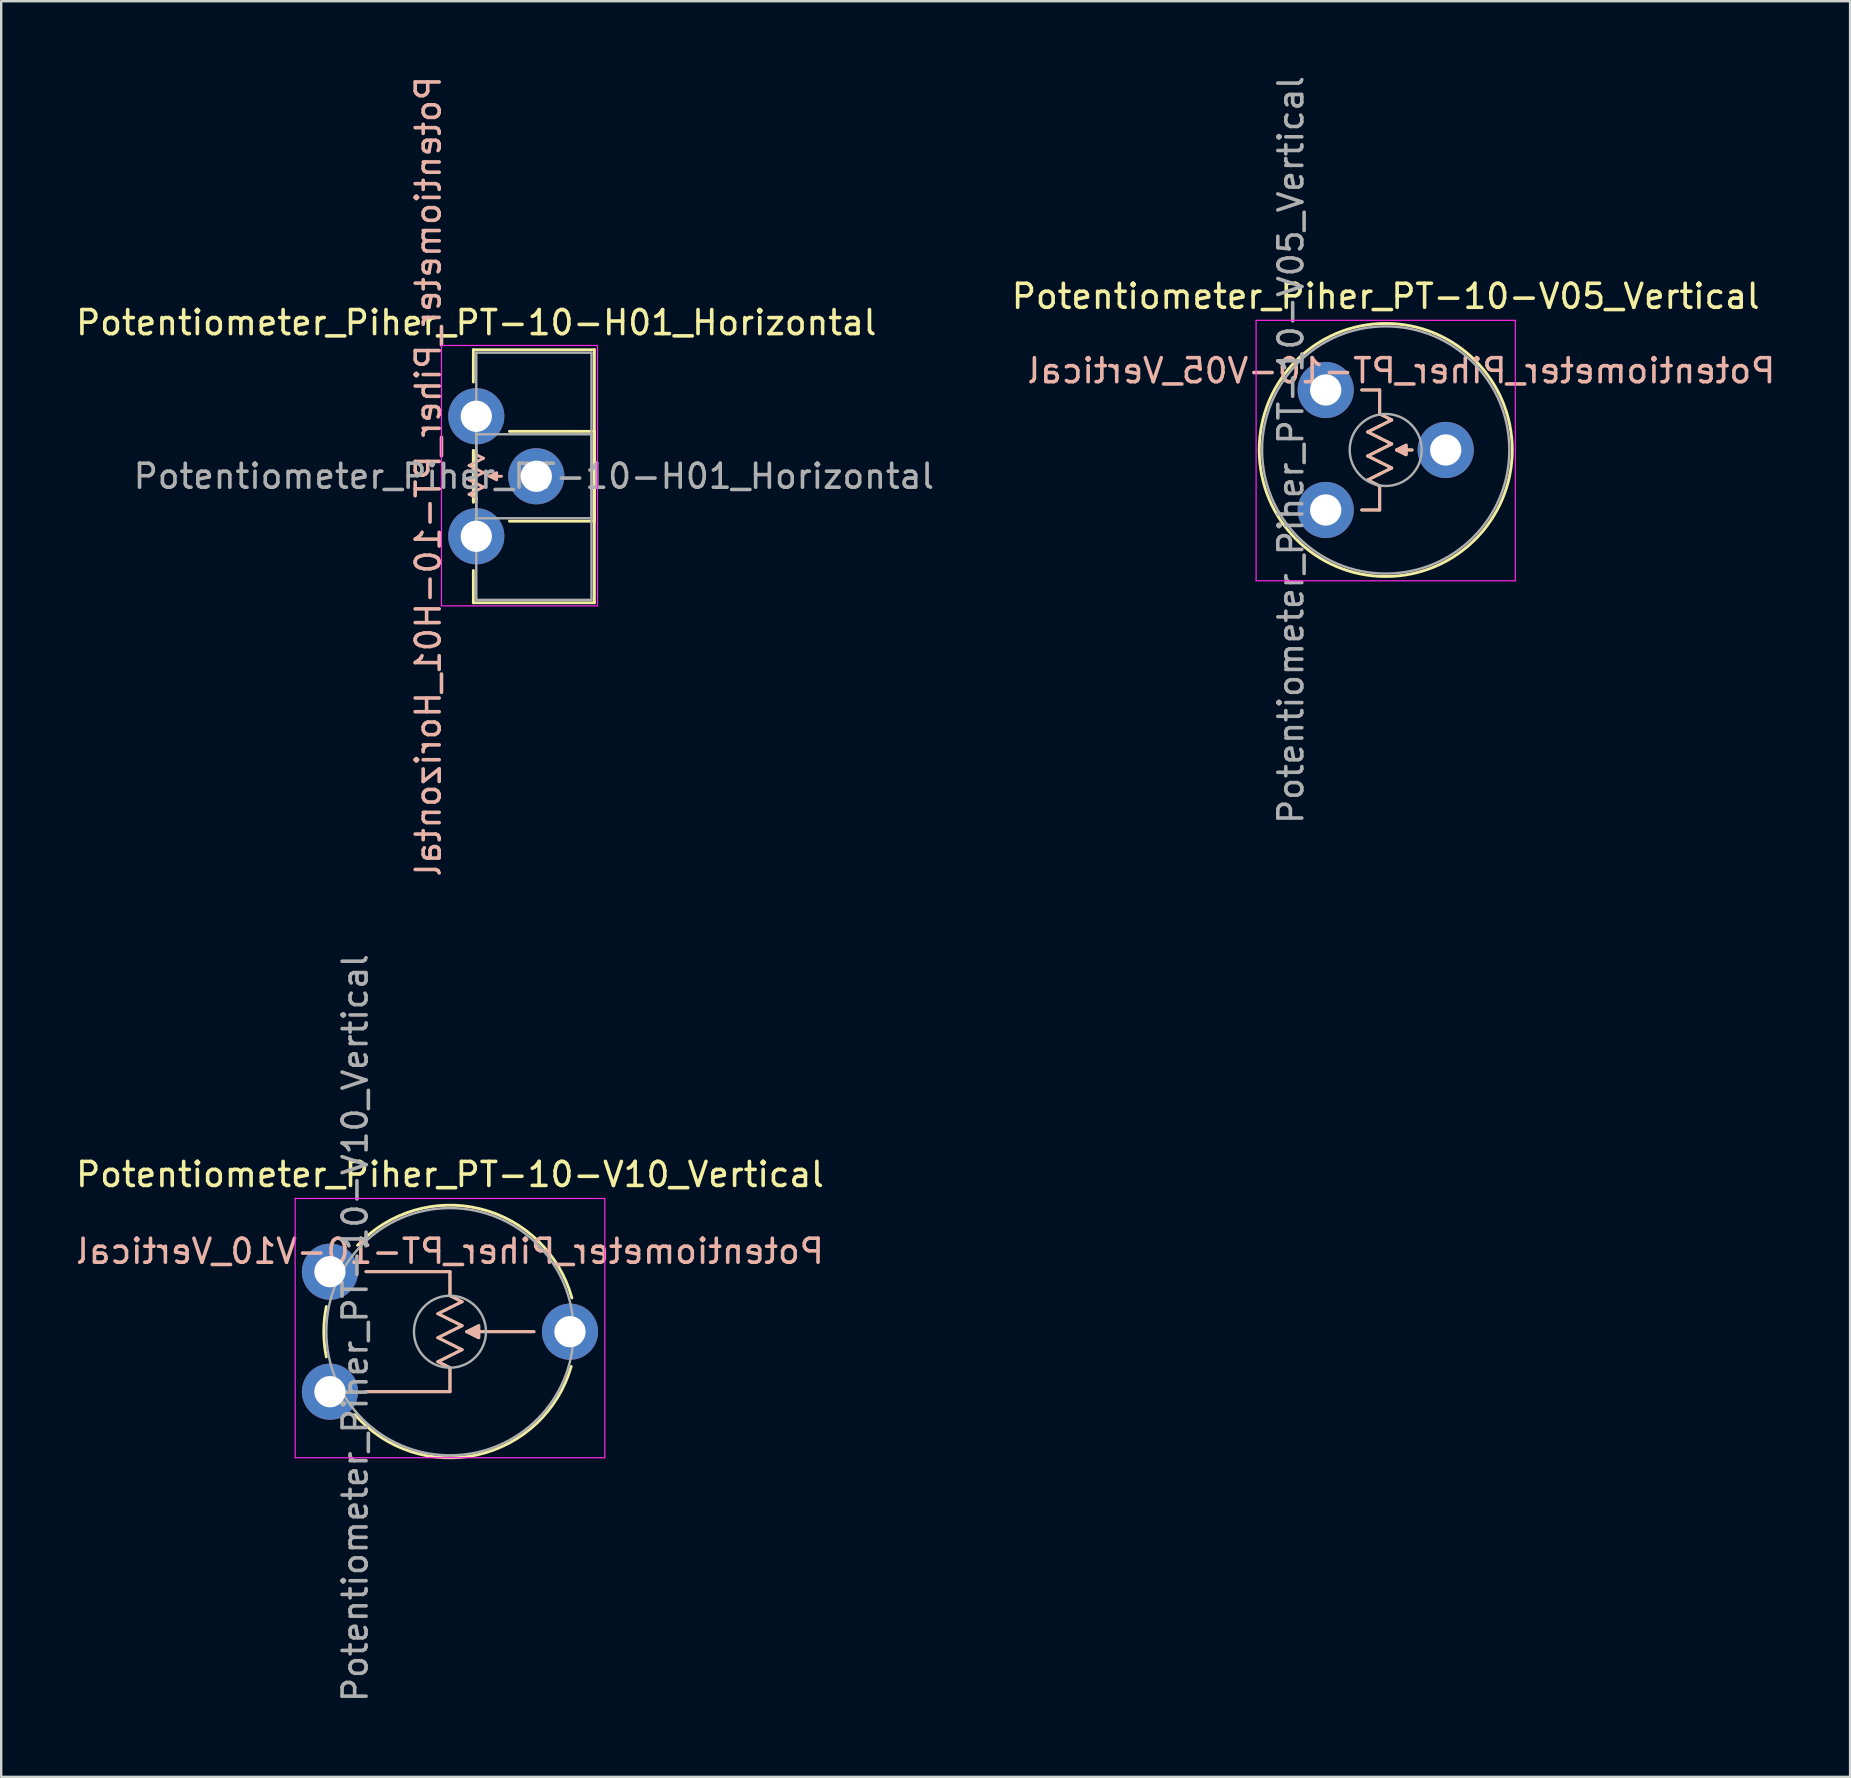
<source format=kicad_pcb>
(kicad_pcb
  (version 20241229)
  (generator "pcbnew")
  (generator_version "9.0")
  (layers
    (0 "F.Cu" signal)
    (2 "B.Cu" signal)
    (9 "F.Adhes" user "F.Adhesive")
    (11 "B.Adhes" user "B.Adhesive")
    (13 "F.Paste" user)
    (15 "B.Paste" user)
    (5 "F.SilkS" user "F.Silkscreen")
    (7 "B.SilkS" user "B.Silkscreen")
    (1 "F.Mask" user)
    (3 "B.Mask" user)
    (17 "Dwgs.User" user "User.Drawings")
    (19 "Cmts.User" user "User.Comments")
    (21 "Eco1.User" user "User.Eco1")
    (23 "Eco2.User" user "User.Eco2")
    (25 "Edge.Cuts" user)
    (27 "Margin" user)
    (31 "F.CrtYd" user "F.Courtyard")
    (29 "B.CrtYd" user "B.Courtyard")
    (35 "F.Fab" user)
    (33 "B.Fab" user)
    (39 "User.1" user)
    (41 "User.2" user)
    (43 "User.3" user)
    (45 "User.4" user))
  (footprint "Potentiometer_Piher_PT-10-H01_Horizontal"
    (layer "F.Cu")
    (at 16.792 14.292)
    (property "Reference" "Potentiometer_Piher_PT-10-H01_Horizontal" (at 0 -3.9 0) (layer "F.SilkS") (effects (font (size 1 1) (thickness 0.15))))
    (attr through_hole)
    (fp_line (start -0.121 -2.771) (end -0.121 -1.426) (stroke (width 0.12) (type solid)) (layer "F.SilkS"))
    (fp_line (start -0.121 -2.771) (end 4.92 -2.771) (stroke (width 0.12) (type solid)) (layer "F.SilkS"))
    (fp_line (start -0.121 1.426) (end -0.121 3.575) (stroke (width 0.12) (type solid)) (layer "F.SilkS"))
    (fp_line (start -0.121 1.426) (end -0.121 3.575) (stroke (width 0.12) (type solid)) (layer "F.SilkS"))
    (fp_line (start -0.121 6.425) (end -0.121 7.77) (stroke (width 0.12) (type solid)) (layer "F.SilkS"))
    (fp_line (start -0.121 7.77) (end 4.92 7.77) (stroke (width 0.12) (type solid)) (layer "F.SilkS"))
    (fp_line (start 1.381 0.63) (end 4.92 0.63) (stroke (width 0.12) (type solid)) (layer "F.SilkS"))
    (fp_line (start 1.381 4.37) (end 4.92 4.37) (stroke (width 0.12) (type solid)) (layer "F.SilkS"))
    (fp_line (start 4.92 -2.771) (end 4.92 7.77) (stroke (width 0.12) (type solid)) (layer "F.SilkS"))
    (fp_line (start 4.92 0.63) (end 4.92 4.37) (stroke (width 0.12) (type solid)) (layer "F.SilkS"))
    (fp_line (start -0.3 2.05) (end 0 1.9) (stroke (width 0.12) (type solid)) (layer "B.SilkS"))
    (fp_line (start -0.3 2.65) (end 0 2.5) (stroke (width 0.12) (type solid)) (layer "B.SilkS"))
    (fp_line (start -0.3 3.25) (end 0 3.1) (stroke (width 0.12) (type solid)) (layer "B.SilkS"))
    (fp_line (start 0 1.6) (end 0 1.45) (stroke (width 0.12) (type solid)) (layer "B.SilkS"))
    (fp_line (start 0 1.6) (end 0.3 1.75) (stroke (width 0.12) (type solid)) (layer "B.SilkS"))
    (fp_line (start 0 2.2) (end -0.3 2.05) (stroke (width 0.12) (type solid)) (layer "B.SilkS"))
    (fp_line (start 0 2.2) (end 0.3 2.35) (stroke (width 0.12) (type solid)) (layer "B.SilkS"))
    (fp_line (start 0 2.8) (end -0.3 2.65) (stroke (width 0.12) (type solid)) (layer "B.SilkS"))
    (fp_line (start 0 2.8) (end 0.3 2.95) (stroke (width 0.12) (type solid)) (layer "B.SilkS"))
    (fp_line (start 0 3.4) (end -0.3 3.25) (stroke (width 0.12) (type solid)) (layer "B.SilkS"))
    (fp_line (start 0 3.4) (end 0 3.55) (stroke (width 0.12) (type solid)) (layer "B.SilkS"))
    (fp_line (start 0.3 1.75) (end 0 1.9) (stroke (width 0.12) (type solid)) (layer "B.SilkS"))
    (fp_line (start 0.3 2.35) (end 0 2.5) (stroke (width 0.12) (type solid)) (layer "B.SilkS"))
    (fp_line (start 0.3 2.95) (end 0 3.1) (stroke (width 0.12) (type solid)) (layer "B.SilkS"))
    (fp_line (start 1.05 2.5) (end 0.55 2.5) (stroke (width 0.12) (type solid)) (layer "B.SilkS"))
    (fp_poly (pts (xy 0.85 2.65) (xy 0.55 2.5) (xy 0.85 2.35)) (stroke (width 0.12) (type solid)) (fill yes) (layer "B.SilkS"))
    (fp_line (start -1.45 -2.95) (end -1.45 7.9) (stroke (width 0.05) (type solid)) (layer "F.CrtYd"))
    (fp_line (start -1.45 7.9) (end 5.05 7.9) (stroke (width 0.05) (type solid)) (layer "F.CrtYd"))
    (fp_line (start 5.05 -2.95) (end -1.45 -2.95) (stroke (width 0.05) (type solid)) (layer "F.CrtYd"))
    (fp_line (start 5.05 7.9) (end 5.05 -2.95) (stroke (width 0.05) (type solid)) (layer "F.CrtYd"))
    (fp_line (start 0 -2.65) (end 4.8 -2.65) (stroke (width 0.1) (type solid)) (layer "F.Fab"))
    (fp_line (start 0 0.75) (end 0 4.25) (stroke (width 0.1) (type solid)) (layer "F.Fab"))
    (fp_line (start 0 4.25) (end 4.8 4.25) (stroke (width 0.1) (type solid)) (layer "F.Fab"))
    (fp_line (start 0 7.65) (end 0 -2.65) (stroke (width 0.1) (type solid)) (layer "F.Fab"))
    (fp_line (start 4.8 -2.65) (end 4.8 7.65) (stroke (width 0.1) (type solid)) (layer "F.Fab"))
    (fp_line (start 4.8 0.75) (end 0 0.75) (stroke (width 0.1) (type solid)) (layer "F.Fab"))
    (fp_line (start 4.8 4.25) (end 4.8 0.75) (stroke (width 0.1) (type solid)) (layer "F.Fab"))
    (fp_line (start 4.8 7.65) (end 0 7.65) (stroke (width 0.1) (type solid)) (layer "F.Fab"))
    (fp_text user "${REFERENCE}" (at -2 2.5 90) (unlocked yes) (layer "B.SilkS") (effects (font (size 1 1) (thickness 0.15)) (justify mirror)))
    (fp_text user "${REFERENCE}" (at 2.4 2.5 0) (layer "F.Fab") (effects (font (size 1 1) (thickness 0.15))))
    (pad "1" thru_hole circle (at 0 0) (size 2.34 2.34) (drill 1.3) (layers "*.Cu" "*.Mask"))
    (pad "2" thru_hole circle (at 2.5 2.5) (size 2.34 2.34) (drill 1.3) (layers "*.Cu" "*.Mask"))
    (pad "3" thru_hole circle (at 0 5) (size 2.34 2.34) (drill 1.3) (layers "*.Cu" "*.Mask")))
  (footprint "Potentiometer_Piher_PT-10-V05_Vertical"
    (layer "F.Cu")
    (at 52.18 18.196)
    (property "Reference" "Potentiometer_Piher_PT-10-V05_Vertical" (at 2.5 -8.9 0) (layer "F.SilkS") (effects (font (size 1 1) (thickness 0.15))))
    (attr through_hole)
    (fp_line (start 1.75 -3.25) (end 2.25 -3) (stroke (width 0.12) (type solid)) (layer "F.SilkS"))
    (fp_line (start 1.75 -2.25) (end 2.25 -2) (stroke (width 0.12) (type solid)) (layer "F.SilkS"))
    (fp_line (start 1.75 -1.25) (end 2.25 -1) (stroke (width 0.12) (type solid)) (layer "F.SilkS"))
    (fp_line (start 2.25 -5) (end 1.5 -5) (stroke (width 0.12) (type solid)) (layer "F.SilkS"))
    (fp_line (start 2.25 -4) (end 2.25 -5) (stroke (width 0.12) (type solid)) (layer "F.SilkS"))
    (fp_line (start 2.25 -4) (end 2.75 -3.75) (stroke (width 0.12) (type solid)) (layer "F.SilkS"))
    (fp_line (start 2.25 -3.5) (end 1.75 -3.25) (stroke (width 0.12) (type solid)) (layer "F.SilkS"))
    (fp_line (start 2.25 -3) (end 2.75 -2.75) (stroke (width 0.12) (type solid)) (layer "F.SilkS"))
    (fp_line (start 2.25 -2.5) (end 1.75 -2.25) (stroke (width 0.12) (type solid)) (layer "F.SilkS"))
    (fp_line (start 2.25 -2) (end 2.75 -1.75) (stroke (width 0.12) (type solid)) (layer "F.SilkS"))
    (fp_line (start 2.25 -1.5) (end 1.75 -1.25) (stroke (width 0.12) (type solid)) (layer "F.SilkS"))
    (fp_line (start 2.25 -1) (end 2.25 0) (stroke (width 0.12) (type solid)) (layer "F.SilkS"))
    (fp_line (start 2.25 0) (end 1.5 0) (stroke (width 0.12) (type solid)) (layer "F.SilkS"))
    (fp_line (start 2.75 -3.75) (end 2.25 -3.5) (stroke (width 0.12) (type solid)) (layer "F.SilkS"))
    (fp_line (start 2.75 -2.75) (end 2.25 -2.5) (stroke (width 0.12) (type solid)) (layer "F.SilkS"))
    (fp_line (start 2.75 -1.75) (end 2.25 -1.5) (stroke (width 0.12) (type solid)) (layer "F.SilkS"))
    (fp_line (start 2.95 -2.5) (end 3.6 -2.5) (stroke (width 0.12) (type solid)) (layer "F.SilkS"))
    (fp_circle (center 2.501 -2.5) (end 7.771 -2.5) (stroke (width 0.12) (type solid)) (fill no) (layer "F.SilkS"))
    (fp_poly (pts (xy 3.35 -2.3) (xy 2.95 -2.5) (xy 3.35 -2.7)) (stroke (width 0.12) (type solid)) (fill yes) (layer "F.SilkS"))
    (fp_line (start 1.5 -5) (end 2.25 -5) (stroke (width 0.12) (type solid)) (layer "B.SilkS"))
    (fp_line (start 1.75 -3.25) (end 2.75 -2.75) (stroke (width 0.12) (type solid)) (layer "B.SilkS"))
    (fp_line (start 1.75 -2.25) (end 2.75 -1.75) (stroke (width 0.12) (type solid)) (layer "B.SilkS"))
    (fp_line (start 1.75 -1.25) (end 2.25 -1) (stroke (width 0.12) (type solid)) (layer "B.SilkS"))
    (fp_line (start 2.25 -5) (end 2.25 -4) (stroke (width 0.12) (type solid)) (layer "B.SilkS"))
    (fp_line (start 2.25 -4) (end 2.75 -3.75) (stroke (width 0.12) (type solid)) (layer "B.SilkS"))
    (fp_line (start 2.25 -1) (end 2.25 0) (stroke (width 0.12) (type solid)) (layer "B.SilkS"))
    (fp_line (start 2.25 0) (end 1.5 0) (stroke (width 0.12) (type solid)) (layer "B.SilkS"))
    (fp_line (start 2.75 -3.75) (end 1.75 -3.25) (stroke (width 0.12) (type solid)) (layer "B.SilkS"))
    (fp_line (start 2.75 -2.75) (end 1.75 -2.25) (stroke (width 0.12) (type solid)) (layer "B.SilkS"))
    (fp_line (start 2.75 -1.75) (end 1.75 -1.25) (stroke (width 0.12) (type solid)) (layer "B.SilkS"))
    (fp_line (start 3.6 -2.5) (end 2.95 -2.5) (stroke (width 0.12) (type solid)) (layer "B.SilkS"))
    (fp_poly (pts (xy 3.35 -2.3) (xy 2.95 -2.5) (xy 3.35 -2.7)) (stroke (width 0.12) (type solid)) (fill yes) (layer "B.SilkS"))
    (fp_line (start -2.9 -7.9) (end -2.9 2.95) (stroke (width 0.05) (type solid)) (layer "F.CrtYd"))
    (fp_line (start -2.9 2.95) (end 7.9 2.95) (stroke (width 0.05) (type solid)) (layer "F.CrtYd"))
    (fp_line (start 7.9 -7.9) (end -2.9 -7.9) (stroke (width 0.05) (type solid)) (layer "F.CrtYd"))
    (fp_line (start 7.9 2.95) (end 7.9 -7.9) (stroke (width 0.05) (type solid)) (layer "F.CrtYd"))
    (fp_circle (center 2.5 -2.5) (end 4 -2.5) (stroke (width 0.1) (type solid)) (fill no) (layer "F.Fab"))
    (fp_circle (center 2.5 -2.5) (end 7.65 -2.5) (stroke (width 0.1) (type solid)) (fill no) (layer "F.Fab"))
    (fp_text user "${REFERENCE}" (at 3.15 -5.8 0) (unlocked yes) (layer "B.SilkS") (effects (font (size 1 1) (thickness 0.15)) (justify mirror)))
    (fp_text user "${REFERENCE}" (at -1.45 -2.5 90) (layer "F.Fab") (effects (font (size 1 1) (thickness 0.15))))
    (pad "1" thru_hole circle (at 0 0) (size 2.34 2.34) (drill 1.3) (layers "*.Cu" "*.Mask"))
    (pad "2" thru_hole circle (at 5 -2.5) (size 2.34 2.34) (drill 1.3) (layers "*.Cu" "*.Mask"))
    (pad "3" thru_hole circle (at 0 -5) (size 2.34 2.34) (drill 1.3) (layers "*.Cu" "*.Mask")))
  (footprint "Potentiometer_Piher_PT-10-V10_Vertical"
    (layer "F.Cu")
    (at 10.696 54.93)
    (property "Reference" "Potentiometer_Piher_PT-10-V10_Vertical" (at 5 -9.05 0) (layer "F.SilkS") (effects (font (size 1 1) (thickness 0.15))))
    (attr through_hole)
    (fp_line (start 4.5 -3.25) (end 5 -3) (stroke (width 0.12) (type solid)) (layer "F.SilkS"))
    (fp_line (start 4.5 -2.25) (end 5 -2) (stroke (width 0.12) (type solid)) (layer "F.SilkS"))
    (fp_line (start 4.5 -1.25) (end 5 -1) (stroke (width 0.12) (type solid)) (layer "F.SilkS"))
    (fp_line (start 5 -5) (end 1.5 -5) (stroke (width 0.12) (type solid)) (layer "F.SilkS"))
    (fp_line (start 5 -4) (end 5 -5) (stroke (width 0.12) (type solid)) (layer "F.SilkS"))
    (fp_line (start 5 -4) (end 5.5 -3.75) (stroke (width 0.12) (type solid)) (layer "F.SilkS"))
    (fp_line (start 5 -3.5) (end 4.5 -3.25) (stroke (width 0.12) (type solid)) (layer "F.SilkS"))
    (fp_line (start 5 -3) (end 5.5 -2.75) (stroke (width 0.12) (type solid)) (layer "F.SilkS"))
    (fp_line (start 5 -2.5) (end 4.5 -2.25) (stroke (width 0.12) (type solid)) (layer "F.SilkS"))
    (fp_line (start 5 -2) (end 5.5 -1.75) (stroke (width 0.12) (type solid)) (layer "F.SilkS"))
    (fp_line (start 5 -1.5) (end 4.5 -1.25) (stroke (width 0.12) (type solid)) (layer "F.SilkS"))
    (fp_line (start 5 -1) (end 5 0) (stroke (width 0.12) (type solid)) (layer "F.SilkS"))
    (fp_line (start 5 0) (end 1.5 0) (stroke (width 0.12) (type solid)) (layer "F.SilkS"))
    (fp_line (start 5.5 -3.75) (end 5 -3.5) (stroke (width 0.12) (type solid)) (layer "F.SilkS"))
    (fp_line (start 5.5 -2.75) (end 5 -2.5) (stroke (width 0.12) (type solid)) (layer "F.SilkS"))
    (fp_line (start 5.5 -1.75) (end 5 -1.5) (stroke (width 0.12) (type solid)) (layer "F.SilkS"))
    (fp_line (start 5.7 -2.5) (end 8.5 -2.5) (stroke (width 0.12) (type solid)) (layer "F.SilkS"))
    (fp_arc (start -0.15 -1.45) (mid -0.255949 -2.5) (end -0.15 -3.55) (stroke (width 0.12) (type solid)) (layer "F.SilkS"))
    (fp_arc (start 1.150001 -6.099999) (mid 6.256537 -7.618945) (end 10.079336 -3.908133) (stroke (width 0.12) (type solid)) (layer "F.SilkS"))
    (fp_arc (start 10.05 -1.05) (mid 6.142297 2.628368) (end 1.042826 0.956266) (stroke (width 0.12) (type solid)) (layer "F.SilkS"))
    (fp_poly (pts (xy 6.2 -2.25) (xy 5.7 -2.5) (xy 6.2 -2.75)) (stroke (width 0.12) (type solid)) (fill yes) (layer "F.SilkS"))
    (fp_line (start 1.5 -5) (end 5 -5) (stroke (width 0.12) (type solid)) (layer "B.SilkS"))
    (fp_line (start 4.5 -3.25) (end 5.5 -2.75) (stroke (width 0.12) (type solid)) (layer "B.SilkS"))
    (fp_line (start 4.5 -2.25) (end 5.5 -1.75) (stroke (width 0.12) (type solid)) (layer "B.SilkS"))
    (fp_line (start 4.5 -1.25) (end 5 -1) (stroke (width 0.12) (type solid)) (layer "B.SilkS"))
    (fp_line (start 5 -5) (end 5 -4) (stroke (width 0.12) (type solid)) (layer "B.SilkS"))
    (fp_line (start 5 -4) (end 5.5 -3.75) (stroke (width 0.12) (type solid)) (layer "B.SilkS"))
    (fp_line (start 5 -1) (end 5 0) (stroke (width 0.12) (type solid)) (layer "B.SilkS"))
    (fp_line (start 5 0) (end 1.5 0) (stroke (width 0.12) (type solid)) (layer "B.SilkS"))
    (fp_line (start 5.5 -3.75) (end 4.5 -3.25) (stroke (width 0.12) (type solid)) (layer "B.SilkS"))
    (fp_line (start 5.5 -2.75) (end 4.5 -2.25) (stroke (width 0.12) (type solid)) (layer "B.SilkS"))
    (fp_line (start 5.5 -1.75) (end 4.5 -1.25) (stroke (width 0.12) (type solid)) (layer "B.SilkS"))
    (fp_line (start 8.5 -2.5) (end 5.7 -2.5) (stroke (width 0.12) (type solid)) (layer "B.SilkS"))
    (fp_poly (pts (xy 6.2 -2.25) (xy 5.7 -2.5) (xy 6.2 -2.75)) (stroke (width 0.12) (type solid)) (fill yes) (layer "B.SilkS"))
    (fp_line (start -1.45 -8.05) (end -1.45 2.75) (stroke (width 0.05) (type solid)) (layer "F.CrtYd"))
    (fp_line (start -1.45 2.75) (end 11.45 2.75) (stroke (width 0.05) (type solid)) (layer "F.CrtYd"))
    (fp_line (start 11.45 -8.05) (end -1.45 -8.05) (stroke (width 0.05) (type solid)) (layer "F.CrtYd"))
    (fp_line (start 11.45 2.75) (end 11.45 -8.05) (stroke (width 0.05) (type solid)) (layer "F.CrtYd"))
    (fp_circle (center 5 -2.5) (end 6.5 -2.5) (stroke (width 0.1) (type solid)) (fill no) (layer "F.Fab"))
    (fp_circle (center 5 -2.5) (end 10.15 -2.5) (stroke (width 0.1) (type solid)) (fill no) (layer "F.Fab"))
    (fp_text user "${REFERENCE}" (at 5 -5.85 0) (unlocked yes) (layer "B.SilkS") (effects (font (size 1 1) (thickness 0.15)) (justify mirror)))
    (fp_text user "${REFERENCE}" (at 1.05 -2.65 90) (layer "F.Fab") (effects (font (size 1 1) (thickness 0.15))))
    (pad "1" thru_hole circle (at 0 0) (size 2.34 2.34) (drill 1.3) (layers "*.Cu" "*.Mask"))
    (pad "2" thru_hole circle (at 10 -2.5) (size 2.34 2.34) (drill 1.3) (layers "*.Cu" "*.Mask"))
    (pad "3" thru_hole circle (at 0 -5) (size 2.34 2.34) (drill 1.3) (layers "*.Cu" "*.Mask")))
  (gr_rect
    (start -3 -3)
    (end 74.026 70.976)
    (stroke (width 0.1) (type default))
    (fill no)
    (layer "Edge.Cuts")))
</source>
